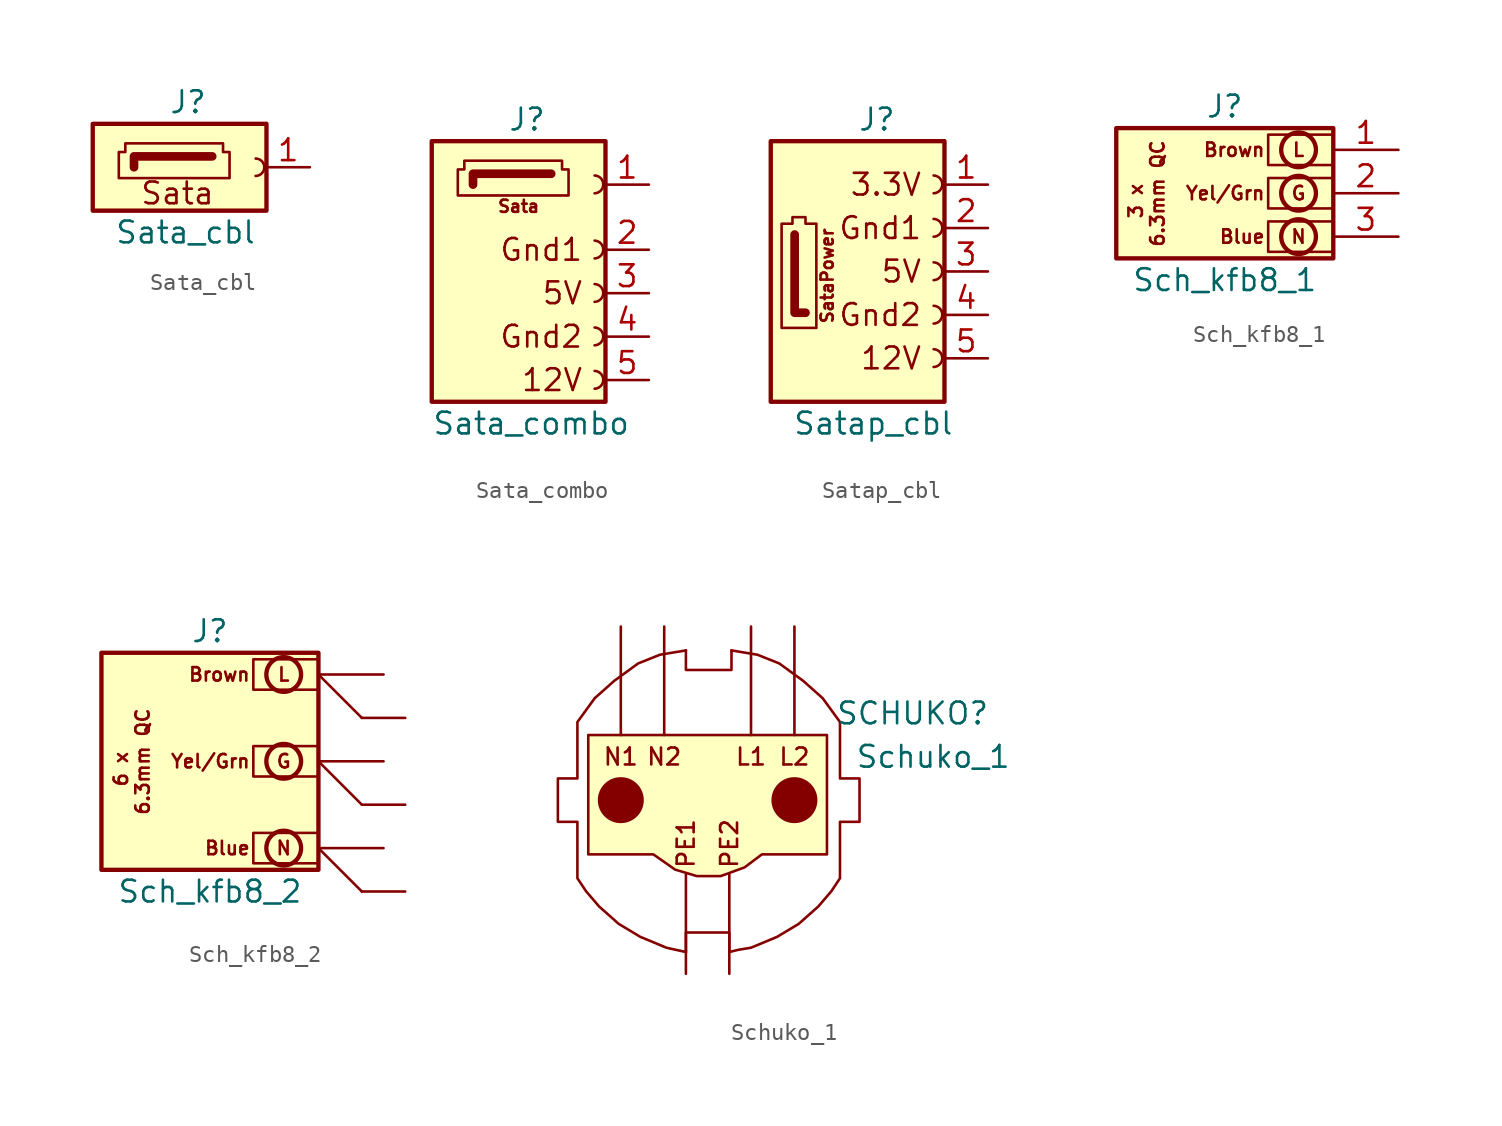
<source format=kicad_sym>
(kicad_symbol_lib
  (version 20220914)
  (generator kicad_symbol_editor)
  (symbol "Sata_cbl"
    (pin_names
      (offset 1.016) hide)
    (property "Reference" "J"
      (at -1.905 3.81 0)
      (effects (font (size 1.27 1.27)) (justify left)))
    (property "Value" "Sata_cbl"
      (at -5.08 -3.81 0)
      (effects (font (size 1.27 1.27)) (justify left)))
    (symbol "Sata_cbl_0_0"
      (polyline (pts (xy -3.937 0) (xy -3.937 0.635) (xy 0.635 0.635)) (stroke (width 0.508) (type default)) (fill (type none)))
      (polyline (pts (xy -4.826 -0.635) (xy -4.826 0.889) (xy -4.445 0.889) (xy -4.445 1.397) (xy 1.27 1.397) (xy 1.27 0.889) (xy 1.651 0.889) (xy 1.651 -0.635) (xy -4.826 -0.635)) (stroke (width 0) (type default)) (fill (type none)))
      (text "Sata" (at -1.397 -1.524 0) (effects (font (size 1.27 1.27)))))
    (symbol "Sata_cbl_0_1"
      (rectangle (start -6.35 -2.54) (end 3.81 2.54) (stroke (width 0.254) (type default)) (fill (type background)))
      (arc (start 3.175 -0.508) (mid 3.6808 0) (end 3.175 0.508) (stroke (width 0) (type default)) (fill (type none))))
    (symbol "Sata_cbl_1_1"
      (pin passive line (at 6.35 0 180) (length 2.54) (name "Pin_1" (effects (font (size 1.27 1.27)))) (number "1" (effects (font (size 1.27 1.27)))))))
  (symbol "Sata_combo"
    (pin_names
      (offset 1.016) hide)
    (property "Reference" "J"
      (at -1.905 8.89 0)
      (effects (font (size 1.27 1.27)) (justify left)))
    (property "Value" "Sata_combo"
      (at -6.35 -8.89 0)
      (effects (font (size 1.27 1.27)) (justify left)))
    (symbol "Sata_combo_0_0"
      (polyline (pts (xy -3.937 5.08) (xy -3.937 5.715) (xy 0.635 5.715)) (stroke (width 0.508) (type default)) (fill (type none)))
      (polyline (pts (xy -4.826 4.445) (xy -4.826 5.969) (xy -4.445 5.969) (xy -4.445 6.477) (xy 1.27 6.477) (xy 1.27 5.969) (xy 1.651 5.969) (xy 1.651 4.445) (xy -4.826 4.445)) (stroke (width 0) (type default)) (fill (type none)))
      (text "12V" (at 2.54 -6.35 0) (effects (font (size 1.27 1.27)) (justify right)))
      (text "5V" (at 2.54 -1.27 0) (effects (font (size 1.27 1.27)) (justify right)))
      (text "Gnd1" (at 2.54 1.27 0) (effects (font (size 1.27 1.27)) (justify right)))
      (text "Gnd2" (at 2.54 -3.81 0) (effects (font (size 1.27 1.27)) (justify right)))
      (text "Sata" (at -1.27 3.81 0) (effects (font (size 0.711 0.711)))))
    (symbol "Sata_combo_0_1"
      (rectangle (start -6.35 -7.62) (end 3.81 7.62) (stroke (width 0.254) (type default)) (fill (type background)))
      (arc (start 3.175 4.572) (mid 3.6832 5.0927) (end 3.175 5.6134) (stroke (width 0) (type default)) (fill (type none))))
    (symbol "Sata_combo_1_1"
      (arc (start 3.175 -6.858) (mid 3.6832 -6.3373) (end 3.175 -5.8166) (stroke (width 0) (type default)) (fill (type none)))
      (arc (start 3.175 -4.318) (mid 3.6832 -3.7973) (end 3.175 -3.2766) (stroke (width 0) (type default)) (fill (type none)))
      (arc (start 3.175 -1.778) (mid 3.6832 -1.2573) (end 3.175 -0.7366) (stroke (width 0) (type default)) (fill (type none)))
      (arc (start 3.175 0.762) (mid 3.6832 1.2827) (end 3.175 1.8034) (stroke (width 0) (type default)) (fill (type none)))
      (pin passive line (at 6.35 5.08 180) (length 2.54) (name "Sata" (effects (font (size 1.27 1.27)))) (number "1" (effects (font (size 1.27 1.27)))))
      (pin passive line (at 6.35 1.27 180) (length 2.54) (name "GND1" (effects (font (size 1.27 1.27)))) (number "2" (effects (font (size 1.27 1.27)))))
      (pin passive line (at 6.35 -1.27 180) (length 2.54) (name "5V" (effects (font (size 1.27 1.27)))) (number "3" (effects (font (size 1.27 1.27)))))
      (pin passive line (at 6.35 -3.81 180) (length 2.54) (name "GND2" (effects (font (size 1.27 1.27)))) (number "4" (effects (font (size 1.27 1.27)))))
      (pin passive line (at 6.35 -6.35 180) (length 2.54) (name "12V" (effects (font (size 1.27 1.27)))) (number "5" (effects (font (size 1.27 1.27)))))))
  (symbol "Satap_cbl"
    (pin_names
      (offset 1.016) hide)
    (property "Reference" "J"
      (at -1.27 8.89 0)
      (effects (font (size 1.27 1.27)) (justify left)))
    (property "Value" "Satap_cbl"
      (at -5.08 -8.89 0)
      (effects (font (size 1.27 1.27)) (justify left)))
    (symbol "Satap_cbl_0_0"
      (polyline (pts (xy -4.318 -2.413) (xy -4.953 -2.413) (xy -4.953 2.159)) (stroke (width 0.508) (type default)) (fill (type none)))
      (polyline (pts (xy -3.683 -3.302) (xy -5.207 -3.302) (xy -5.715 -3.302) (xy -5.715 -2.921) (xy -5.715 2.794) (xy -5.08 2.794) (xy -5.08 3.175) (xy -4.318 3.175) (xy -4.318 2.794) (xy -3.683 2.794) (xy -3.683 -3.302)) (stroke (width 0) (type default)) (fill (type none)))
      (text "12V" (at 2.54 -5.08 0) (effects (font (size 1.27 1.27)) (justify right)))
      (text "5V" (at 2.54 0 0) (effects (font (size 1.27 1.27)) (justify right)))
      (text "Gnd1" (at 2.54 2.54 0) (effects (font (size 1.27 1.27)) (justify right)))
      (text "Gnd2" (at 2.54 -2.54 0) (effects (font (size 1.27 1.27)) (justify right)))
      (text "SataPower" (at -3.048 -0.254 900) (effects (font (size 0.711 0.711)))))
    (symbol "Satap_cbl_0_1"
      (rectangle (start -6.35 -7.62) (end 3.81 7.62) (stroke (width 0.254) (type default)) (fill (type background)))
      (arc (start 3.175 4.572) (mid 3.6832 5.0927) (end 3.175 5.6134) (stroke (width 0) (type default)) (fill (type none))))
    (symbol "Satap_cbl_1_1"
      (arc (start 3.175 -5.588) (mid 3.6832 -5.0673) (end 3.175 -4.5466) (stroke (width 0) (type default)) (fill (type none)))
      (arc (start 3.175 -3.048) (mid 3.6832 -2.5273) (end 3.175 -2.0066) (stroke (width 0) (type default)) (fill (type none)))
      (arc (start 3.175 -0.508) (mid 3.6832 0.0127) (end 3.175 0.5334) (stroke (width 0) (type default)) (fill (type none)))
      (arc (start 3.175 2.032) (mid 3.6832 2.5527) (end 3.175 3.0734) (stroke (width 0) (type default)) (fill (type none)))
      (text "3.3V" (at 2.54 5.08 0) (effects (font (size 1.27 1.27)) (justify right)))
      (pin passive line (at 6.35 5.08 180) (length 2.54) (name "3_3V" (effects (font (size 1.27 1.27)))) (number "1" (effects (font (size 1.27 1.27)))))
      (pin passive line (at 6.35 2.54 180) (length 2.54) (name "GND1" (effects (font (size 1.27 1.27)))) (number "2" (effects (font (size 1.27 1.27)))))
      (pin passive line (at 6.35 0 180) (length 2.54) (name "5V" (effects (font (size 1.27 1.27)))) (number "3" (effects (font (size 1.27 1.27)))))
      (pin passive line (at 6.35 -2.54 180) (length 2.54) (name "GND2" (effects (font (size 1.27 1.27)))) (number "4" (effects (font (size 1.27 1.27)))))
      (pin passive line (at 6.35 -5.08 180) (length 2.54) (name "12V" (effects (font (size 1.27 1.27)))) (number "5" (effects (font (size 1.27 1.27)))))))
  (symbol "Sch_kfb8_1"
    (pin_names
      (offset 1.016) hide)
    (property "Reference" "J"
      (at 0 5.08 0)
      (effects (font (size 1.27 1.27))))
    (property "Value" "Sch_kfb8_1"
      (at 0 -5.08 0)
      (effects (font (size 1.27 1.27))))
    (symbol "Sch_kfb8_1_0_0"
      (text "Blue" (at 2.413 -2.54 0) (effects (font (size 0.787 0.787)) (justify right)))
      (text "Brown" (at 2.413 2.54 0) (effects (font (size 0.787 0.787)) (justify right)))
      (text "G" (at 4.318 0 0) (effects (font (size 0.787 0.787))))
      (text "L" (at 4.318 2.54 0) (effects (font (size 0.787 0.787))))
      (text "N" (at 4.318 -2.54 0) (effects (font (size 0.787 0.787))))
      (text "Yel/Grn" (at 2.413 0 0) (effects (font (size 0.787 0.787)) (justify right))))
    (symbol "Sch_kfb8_1_0_1"
      (rectangle (start -6.35 3.81) (end 6.35 -3.81) (stroke (width 0.254) (type default)) (fill (type background)))
      (rectangle (start 2.54 1.651) (end 6.35 3.429) (stroke (width 0) (type default)) (fill (type none)))
      (circle (center 4.318 -2.54) (radius 1.016) (stroke (width 0.254) (type default)) (fill (type none)))
      (circle (center 4.318 0) (radius 1.016) (stroke (width 0.254) (type default)) (fill (type none)))
      (circle (center 4.318 2.54) (radius 1.016) (stroke (width 0.254) (type default)) (fill (type none))))
    (symbol "Sch_kfb8_1_1_1"
      (rectangle (start 2.54 -3.429) (end 6.35 -1.651) (stroke (width 0) (type default)) (fill (type none)))
      (rectangle (start 2.54 -0.889) (end 6.35 0.889) (stroke (width 0) (type default)) (fill (type none)))
      (text "3 x" (at -5.207 0.635 900) (effects (font (size 0.787 0.787)) (justify right)))
      (text "6.3mm QC" (at -3.937 3.175 900) (effects (font (size 0.787 0.787)) (justify right)))
      (pin passive line (at 10.16 2.54 180) (length 3.81) (name "Line" (effects (font (size 1.27 1.27)))) (number "1" (effects (font (size 1.27 1.27)))))
      (pin passive line (at 10.16 0 180) (length 3.81) (name "Gnd" (effects (font (size 1.27 1.27)))) (number "2" (effects (font (size 1.27 1.27)))))
      (pin passive line (at 10.16 -2.54 180) (length 3.81) (name "Neutral" (effects (font (size 1.27 1.27)))) (number "3" (effects (font (size 1.27 1.27)))))))
  (symbol "Sch_kfb8_2"
    (pin_numbers hide)
    (pin_names
      (offset 0) hide)
    (property "Reference" "J"
      (at -2.54 7.62 0)
      (effects (font (size 1.27 1.27))))
    (property "Value" "Sch_kfb8_2"
      (at -2.54 -7.62 0)
      (effects (font (size 1.27 1.27))))
    (symbol "Sch_kfb8_2_0_0"
      (text "Blue" (at -0.127 -5.08 0) (effects (font (size 0.787 0.787)) (justify right)))
      (text "Brown" (at -0.127 5.08 0) (effects (font (size 0.787 0.787)) (justify right)))
      (text "G" (at 1.778 0 0) (effects (font (size 0.787 0.787))))
      (text "L" (at 1.778 5.08 0) (effects (font (size 0.787 0.787))))
      (text "N" (at 1.778 -5.08 0) (effects (font (size 0.787 0.787))))
      (text "Yel/Grn" (at -0.127 0 0) (effects (font (size 0.787 0.787)) (justify right))))
    (symbol "Sch_kfb8_2_0_1"
      (rectangle (start -8.89 6.35) (end 3.81 -6.35) (stroke (width 0.254) (type default)) (fill (type background)))
      (rectangle (start 0 4.191) (end 3.81 5.969) (stroke (width 0) (type default)) (fill (type none)))
      (circle (center 1.778 -5.08) (radius 1.016) (stroke (width 0.254) (type default)) (fill (type none)))
      (circle (center 1.778 0) (radius 1.016) (stroke (width 0.254) (type default)) (fill (type none)))
      (circle (center 1.778 5.08) (radius 1.016) (stroke (width 0.254) (type default)) (fill (type none))))
    (symbol "Sch_kfb8_2_1_1"
      (rectangle (start 0 -5.969) (end 3.81 -4.191) (stroke (width 0) (type default)) (fill (type none)))
      (rectangle (start 0 -0.889) (end 3.81 0.889) (stroke (width 0) (type default)) (fill (type none)))
      (polyline (pts (xy 3.81 -5.08) (xy 6.35 -7.62)) (stroke (width 0) (type default)) (fill (type none)))
      (polyline (pts (xy 3.81 0) (xy 6.35 -2.54)) (stroke (width 0) (type default)) (fill (type none)))
      (polyline (pts (xy 3.81 5.08) (xy 6.35 2.54)) (stroke (width 0) (type default)) (fill (type none)))
      (text "6 x" (at -7.747 0.635 900) (effects (font (size 0.787 0.787)) (justify right)))
      (text "6.3mm QC" (at -6.477 3.175 900) (effects (font (size 0.787 0.787)) (justify right)))
      (pin passive line (at 7.62 5.08 180) (length 3.81) (name "Line1" (effects (font (size 1.27 1.27)))) (number "1" (effects (font (size 1.27 1.27)))))
      (pin passive line (at 7.62 0 180) (length 3.81) (name "Gnd1" (effects (font (size 1.27 1.27)))) (number "2" (effects (font (size 1.27 1.27)))))
      (pin passive line (at 7.62 -5.08 180) (length 3.81) (name "Neutral1" (effects (font (size 1.27 1.27)))) (number "3" (effects (font (size 1.27 1.27)))))
      (pin passive line (at 8.89 2.54 180) (length 2.54) (name "Line2" (effects (font (size 1.27 1.27)))) (number "4" (effects (font (size 1.27 1.27)))))
      (pin passive line (at 8.89 -2.54 180) (length 2.54) (name "Gnd2" (effects (font (size 1.27 1.27)))) (number "5" (effects (font (size 1.27 1.27)))))
      (pin passive line (at 8.89 -7.62 180) (length 2.54) (name "Neutral2" (effects (font (size 1.27 1.27)))) (number "6" (effects (font (size 1.27 1.27)))))))
  (symbol "Schuko_1"
    (pin_numbers hide)
    (pin_names hide)
    (property "Reference" "SCHUKO"
      (at 16.51 5.08 0)
      (effects (font (size 1.27 1.27)) (justify right)))
    (property "Value" "Schuko_1"
      (at 17.78 2.54 0)
      (effects (font (size 1.27 1.27)) (justify right)))
    (symbol "Schuko_1_0_0"
      (text "L1" (at 2.54 2.54 0) (effects (font (size 0.991 0.991))))
      (text "L2" (at 5.08 2.54 0) (effects (font (size 0.991 0.991))))
      (text "N1" (at -5.08 2.54 0) (effects (font (size 0.991 0.991))))
      (text "N2" (at -2.54 2.54 0) (effects (font (size 0.991 0.991))))
      (text "PE1" (at -1.27 -2.54 900) (effects (font (size 0.991 0.991))))
      (text "PE2" (at 1.27 -2.54 900) (effects (font (size 0.991 0.991)))))
    (symbol "Schuko_1_0_1"
      (circle (center -5.08 0) (radius 1.27) (stroke (width 0.152) (type default)) (fill (type outline)))
      (polyline (pts (xy -1.27 8.763) (xy -1.27 7.62) (xy 1.397 7.62) (xy 1.397 8.763)) (stroke (width 0.152) (type default)) (fill (type none)))
      (polyline (pts (xy 1.27 -8.89) (xy 1.27 -7.747) (xy -1.27 -7.747) (xy -1.27 -8.89)) (stroke (width 0.152) (type default)) (fill (type none)))
      (polyline (pts (xy -6.985 3.81) (xy 6.985 3.81) (xy 6.985 -3.175) (xy 3.175 -3.175) (xy 2.159 -3.937) (xy 0.762 -4.445) (xy -0.635 -4.445) (xy -1.905 -4.064) (xy -3.175 -3.175) (xy -6.985 -3.175) (xy -6.985 3.81)) (stroke (width 0.152) (type default)) (fill (type background)))
      (polyline (pts (xy -1.27 8.763) (xy -2.794 8.509) (xy -4.064 8.001) (xy -5.461 6.985) (xy -6.604 5.969) (xy -7.62 4.572) (xy -7.62 1.27) (xy -8.763 1.27) (xy -8.763 -1.27) (xy -7.62 -1.27) (xy -7.62 -4.572) (xy -7.112 -5.334) (xy -6.35 -6.223) (xy -5.207 -7.239) (xy -3.937 -8.001) (xy -2.413 -8.636) (xy -1.27 -8.89) (xy -1.27 -8.89)) (stroke (width 0.152) (type default)) (fill (type none)))
      (polyline (pts (xy 1.397 8.763) (xy 2.921 8.509) (xy 4.191 8.001) (xy 5.588 6.985) (xy 6.731 5.969) (xy 7.747 4.572) (xy 7.747 1.27) (xy 8.89 1.27) (xy 8.89 -1.27) (xy 7.747 -1.27) (xy 7.747 -4.572) (xy 7.239 -5.334) (xy 6.477 -6.223) (xy 5.334 -7.239) (xy 4.064 -8.001) (xy 2.54 -8.636) (xy 1.778 -8.763) (xy 1.27 -8.89)) (stroke (width 0.152) (type default)) (fill (type none)))
      (circle (center 5.08 0) (radius 1.27) (stroke (width 0.152) (type default)) (fill (type outline))))
    (symbol "Schuko_1_1_1"
      (pin bidirectional line (at -5.08 10.16 270) (length 6.35) (name "Neutral1" (effects (font (size 1.27 1.27)))) (number "1" (effects (font (size 1.27 1.27)))))
      (pin bidirectional line (at -2.54 10.16 270) (length 6.35) (name "Neutral2" (effects (font (size 1.27 1.27)))) (number "2" (effects (font (size 1.27 1.27)))))
      (pin bidirectional line (at 2.54 10.16 270) (length 6.35) (name "Line1" (effects (font (size 1.27 1.27)))) (number "3" (effects (font (size 1.27 1.27)))))
      (pin bidirectional line (at 5.08 10.16 270) (length 6.35) (name "Line2" (effects (font (size 1.27 1.27)))) (number "4" (effects (font (size 1.27 1.27)))))
      (pin bidirectional line (at -1.27 -10.16 90) (length 5.842) (name "gnd1" (effects (font (size 1.27 1.27)))) (number "5" (effects (font (size 1.27 1.27)))))
      (pin bidirectional line (at 1.27 -10.16 90) (length 5.842) (name "gnd2" (effects (font (size 1.27 1.27)))) (number "6" (effects (font (size 1.27 1.27))))))))
</source>
